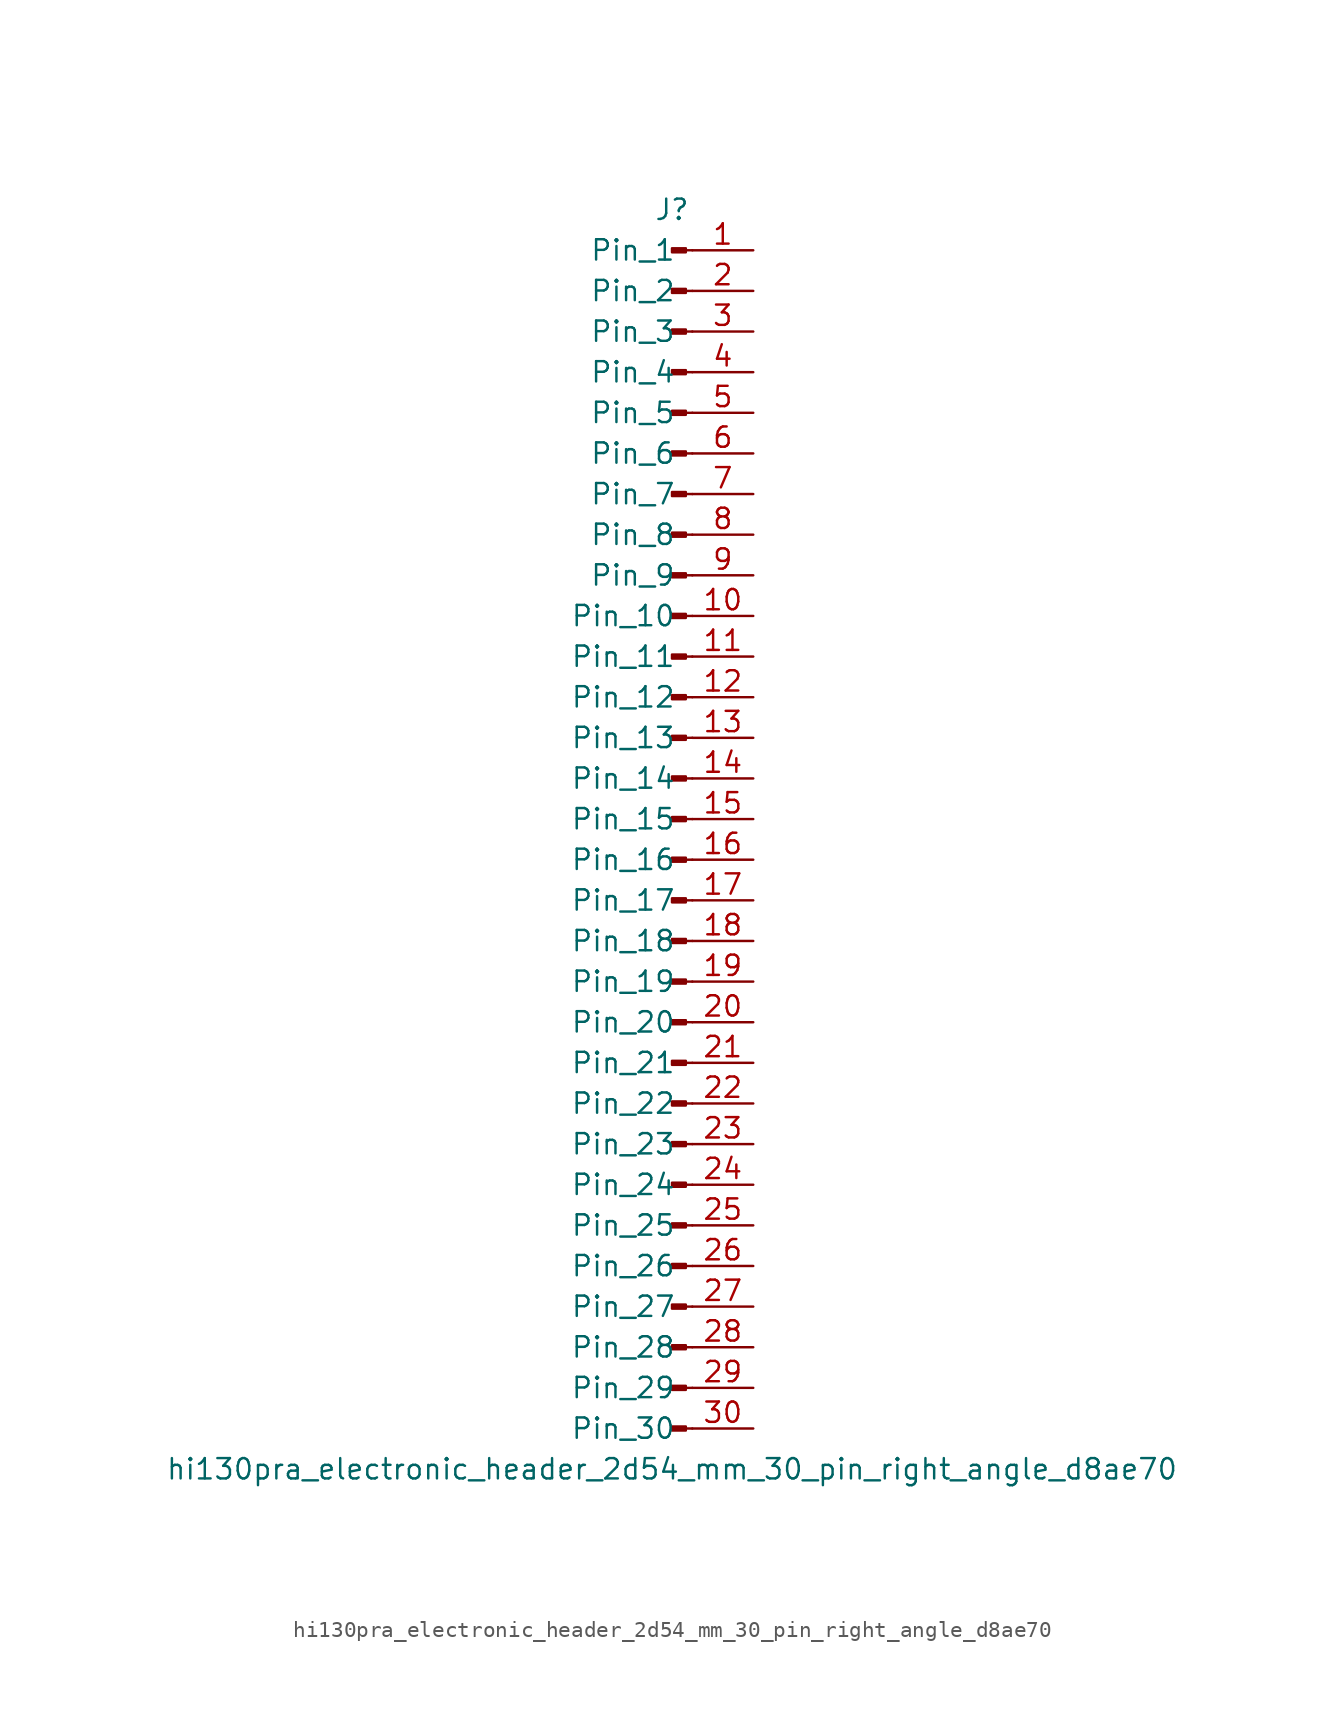
<source format=kicad_sym>
(kicad_symbol_lib
  (version 20220914)
  (generator kicad_symbol_editor)
  (symbol "hi130pra_electronic_header_2d54_mm_30_pin_right_angle_d8ae70"
    (pin_names
      (offset 1.016))
    (property "Reference" "J"
      (at 0 38.1 0)
      (effects (font (size 1.27 1.27))))
    (property "Value" "hi130pra_electronic_header_2d54_mm_30_pin_right_angle_d8ae70"
      (at 0 -40.64 0)
      (effects (font (size 1.27 1.27))))
    (property "ki_locked" ""
      (at 0 0 0)
      (effects (font (size 1.27 1.27))))
    (symbol "hi130pra_electronic_header_2d54_mm_30_pin_right_angle_d8ae70_1_1"
      (polyline (pts (xy 1.27 -38.1) (xy 0.864 -38.1)) (stroke (width 0.152) (type default)) (fill (type none)))
      (polyline (pts (xy 1.27 -35.56) (xy 0.864 -35.56)) (stroke (width 0.152) (type default)) (fill (type none)))
      (polyline (pts (xy 1.27 -33.02) (xy 0.864 -33.02)) (stroke (width 0.152) (type default)) (fill (type none)))
      (polyline (pts (xy 1.27 -30.48) (xy 0.864 -30.48)) (stroke (width 0.152) (type default)) (fill (type none)))
      (polyline (pts (xy 1.27 -27.94) (xy 0.864 -27.94)) (stroke (width 0.152) (type default)) (fill (type none)))
      (polyline (pts (xy 1.27 -25.4) (xy 0.864 -25.4)) (stroke (width 0.152) (type default)) (fill (type none)))
      (polyline (pts (xy 1.27 -22.86) (xy 0.864 -22.86)) (stroke (width 0.152) (type default)) (fill (type none)))
      (polyline (pts (xy 1.27 -20.32) (xy 0.864 -20.32)) (stroke (width 0.152) (type default)) (fill (type none)))
      (polyline (pts (xy 1.27 -17.78) (xy 0.864 -17.78)) (stroke (width 0.152) (type default)) (fill (type none)))
      (polyline (pts (xy 1.27 -15.24) (xy 0.864 -15.24)) (stroke (width 0.152) (type default)) (fill (type none)))
      (polyline (pts (xy 1.27 -12.7) (xy 0.864 -12.7)) (stroke (width 0.152) (type default)) (fill (type none)))
      (polyline (pts (xy 1.27 -10.16) (xy 0.864 -10.16)) (stroke (width 0.152) (type default)) (fill (type none)))
      (polyline (pts (xy 1.27 -7.62) (xy 0.864 -7.62)) (stroke (width 0.152) (type default)) (fill (type none)))
      (polyline (pts (xy 1.27 -5.08) (xy 0.864 -5.08)) (stroke (width 0.152) (type default)) (fill (type none)))
      (polyline (pts (xy 1.27 -2.54) (xy 0.864 -2.54)) (stroke (width 0.152) (type default)) (fill (type none)))
      (polyline (pts (xy 1.27 0) (xy 0.864 0)) (stroke (width 0.152) (type default)) (fill (type none)))
      (polyline (pts (xy 1.27 2.54) (xy 0.864 2.54)) (stroke (width 0.152) (type default)) (fill (type none)))
      (polyline (pts (xy 1.27 5.08) (xy 0.864 5.08)) (stroke (width 0.152) (type default)) (fill (type none)))
      (polyline (pts (xy 1.27 7.62) (xy 0.864 7.62)) (stroke (width 0.152) (type default)) (fill (type none)))
      (polyline (pts (xy 1.27 10.16) (xy 0.864 10.16)) (stroke (width 0.152) (type default)) (fill (type none)))
      (polyline (pts (xy 1.27 12.7) (xy 0.864 12.7)) (stroke (width 0.152) (type default)) (fill (type none)))
      (polyline (pts (xy 1.27 15.24) (xy 0.864 15.24)) (stroke (width 0.152) (type default)) (fill (type none)))
      (polyline (pts (xy 1.27 17.78) (xy 0.864 17.78)) (stroke (width 0.152) (type default)) (fill (type none)))
      (polyline (pts (xy 1.27 20.32) (xy 0.864 20.32)) (stroke (width 0.152) (type default)) (fill (type none)))
      (polyline (pts (xy 1.27 22.86) (xy 0.864 22.86)) (stroke (width 0.152) (type default)) (fill (type none)))
      (polyline (pts (xy 1.27 25.4) (xy 0.864 25.4)) (stroke (width 0.152) (type default)) (fill (type none)))
      (polyline (pts (xy 1.27 27.94) (xy 0.864 27.94)) (stroke (width 0.152) (type default)) (fill (type none)))
      (polyline (pts (xy 1.27 30.48) (xy 0.864 30.48)) (stroke (width 0.152) (type default)) (fill (type none)))
      (polyline (pts (xy 1.27 33.02) (xy 0.864 33.02)) (stroke (width 0.152) (type default)) (fill (type none)))
      (polyline (pts (xy 1.27 35.56) (xy 0.864 35.56)) (stroke (width 0.152) (type default)) (fill (type none)))
      (rectangle (start 0.864 -37.973) (end 0 -38.227) (stroke (width 0.152) (type default)) (fill (type outline)))
      (rectangle (start 0.864 -35.433) (end 0 -35.687) (stroke (width 0.152) (type default)) (fill (type outline)))
      (rectangle (start 0.864 -32.893) (end 0 -33.147) (stroke (width 0.152) (type default)) (fill (type outline)))
      (rectangle (start 0.864 -30.353) (end 0 -30.607) (stroke (width 0.152) (type default)) (fill (type outline)))
      (rectangle (start 0.864 -27.813) (end 0 -28.067) (stroke (width 0.152) (type default)) (fill (type outline)))
      (rectangle (start 0.864 -25.273) (end 0 -25.527) (stroke (width 0.152) (type default)) (fill (type outline)))
      (rectangle (start 0.864 -22.733) (end 0 -22.987) (stroke (width 0.152) (type default)) (fill (type outline)))
      (rectangle (start 0.864 -20.193) (end 0 -20.447) (stroke (width 0.152) (type default)) (fill (type outline)))
      (rectangle (start 0.864 -17.653) (end 0 -17.907) (stroke (width 0.152) (type default)) (fill (type outline)))
      (rectangle (start 0.864 -15.113) (end 0 -15.367) (stroke (width 0.152) (type default)) (fill (type outline)))
      (rectangle (start 0.864 -12.573) (end 0 -12.827) (stroke (width 0.152) (type default)) (fill (type outline)))
      (rectangle (start 0.864 -10.033) (end 0 -10.287) (stroke (width 0.152) (type default)) (fill (type outline)))
      (rectangle (start 0.864 -7.493) (end 0 -7.747) (stroke (width 0.152) (type default)) (fill (type outline)))
      (rectangle (start 0.864 -4.953) (end 0 -5.207) (stroke (width 0.152) (type default)) (fill (type outline)))
      (rectangle (start 0.864 -2.413) (end 0 -2.667) (stroke (width 0.152) (type default)) (fill (type outline)))
      (rectangle (start 0.864 0.127) (end 0 -0.127) (stroke (width 0.152) (type default)) (fill (type outline)))
      (rectangle (start 0.864 2.667) (end 0 2.413) (stroke (width 0.152) (type default)) (fill (type outline)))
      (rectangle (start 0.864 5.207) (end 0 4.953) (stroke (width 0.152) (type default)) (fill (type outline)))
      (rectangle (start 0.864 7.747) (end 0 7.493) (stroke (width 0.152) (type default)) (fill (type outline)))
      (rectangle (start 0.864 10.287) (end 0 10.033) (stroke (width 0.152) (type default)) (fill (type outline)))
      (rectangle (start 0.864 12.827) (end 0 12.573) (stroke (width 0.152) (type default)) (fill (type outline)))
      (rectangle (start 0.864 15.367) (end 0 15.113) (stroke (width 0.152) (type default)) (fill (type outline)))
      (rectangle (start 0.864 17.907) (end 0 17.653) (stroke (width 0.152) (type default)) (fill (type outline)))
      (rectangle (start 0.864 20.447) (end 0 20.193) (stroke (width 0.152) (type default)) (fill (type outline)))
      (rectangle (start 0.864 22.987) (end 0 22.733) (stroke (width 0.152) (type default)) (fill (type outline)))
      (rectangle (start 0.864 25.527) (end 0 25.273) (stroke (width 0.152) (type default)) (fill (type outline)))
      (rectangle (start 0.864 28.067) (end 0 27.813) (stroke (width 0.152) (type default)) (fill (type outline)))
      (rectangle (start 0.864 30.607) (end 0 30.353) (stroke (width 0.152) (type default)) (fill (type outline)))
      (rectangle (start 0.864 33.147) (end 0 32.893) (stroke (width 0.152) (type default)) (fill (type outline)))
      (rectangle (start 0.864 35.687) (end 0 35.433) (stroke (width 0.152) (type default)) (fill (type outline)))
      (pin passive line (at 5.08 35.56 180) (length 3.81) (name "Pin_1" (effects (font (size 1.27 1.27)))) (number "1" (effects (font (size 1.27 1.27)))))
      (pin passive line (at 5.08 12.7 180) (length 3.81) (name "Pin_10" (effects (font (size 1.27 1.27)))) (number "10" (effects (font (size 1.27 1.27)))))
      (pin passive line (at 5.08 10.16 180) (length 3.81) (name "Pin_11" (effects (font (size 1.27 1.27)))) (number "11" (effects (font (size 1.27 1.27)))))
      (pin passive line (at 5.08 7.62 180) (length 3.81) (name "Pin_12" (effects (font (size 1.27 1.27)))) (number "12" (effects (font (size 1.27 1.27)))))
      (pin passive line (at 5.08 5.08 180) (length 3.81) (name "Pin_13" (effects (font (size 1.27 1.27)))) (number "13" (effects (font (size 1.27 1.27)))))
      (pin passive line (at 5.08 2.54 180) (length 3.81) (name "Pin_14" (effects (font (size 1.27 1.27)))) (number "14" (effects (font (size 1.27 1.27)))))
      (pin passive line (at 5.08 0 180) (length 3.81) (name "Pin_15" (effects (font (size 1.27 1.27)))) (number "15" (effects (font (size 1.27 1.27)))))
      (pin passive line (at 5.08 -2.54 180) (length 3.81) (name "Pin_16" (effects (font (size 1.27 1.27)))) (number "16" (effects (font (size 1.27 1.27)))))
      (pin passive line (at 5.08 -5.08 180) (length 3.81) (name "Pin_17" (effects (font (size 1.27 1.27)))) (number "17" (effects (font (size 1.27 1.27)))))
      (pin passive line (at 5.08 -7.62 180) (length 3.81) (name "Pin_18" (effects (font (size 1.27 1.27)))) (number "18" (effects (font (size 1.27 1.27)))))
      (pin passive line (at 5.08 -10.16 180) (length 3.81) (name "Pin_19" (effects (font (size 1.27 1.27)))) (number "19" (effects (font (size 1.27 1.27)))))
      (pin passive line (at 5.08 33.02 180) (length 3.81) (name "Pin_2" (effects (font (size 1.27 1.27)))) (number "2" (effects (font (size 1.27 1.27)))))
      (pin passive line (at 5.08 -12.7 180) (length 3.81) (name "Pin_20" (effects (font (size 1.27 1.27)))) (number "20" (effects (font (size 1.27 1.27)))))
      (pin passive line (at 5.08 -15.24 180) (length 3.81) (name "Pin_21" (effects (font (size 1.27 1.27)))) (number "21" (effects (font (size 1.27 1.27)))))
      (pin passive line (at 5.08 -17.78 180) (length 3.81) (name "Pin_22" (effects (font (size 1.27 1.27)))) (number "22" (effects (font (size 1.27 1.27)))))
      (pin passive line (at 5.08 -20.32 180) (length 3.81) (name "Pin_23" (effects (font (size 1.27 1.27)))) (number "23" (effects (font (size 1.27 1.27)))))
      (pin passive line (at 5.08 -22.86 180) (length 3.81) (name "Pin_24" (effects (font (size 1.27 1.27)))) (number "24" (effects (font (size 1.27 1.27)))))
      (pin passive line (at 5.08 -25.4 180) (length 3.81) (name "Pin_25" (effects (font (size 1.27 1.27)))) (number "25" (effects (font (size 1.27 1.27)))))
      (pin passive line (at 5.08 -27.94 180) (length 3.81) (name "Pin_26" (effects (font (size 1.27 1.27)))) (number "26" (effects (font (size 1.27 1.27)))))
      (pin passive line (at 5.08 -30.48 180) (length 3.81) (name "Pin_27" (effects (font (size 1.27 1.27)))) (number "27" (effects (font (size 1.27 1.27)))))
      (pin passive line (at 5.08 -33.02 180) (length 3.81) (name "Pin_28" (effects (font (size 1.27 1.27)))) (number "28" (effects (font (size 1.27 1.27)))))
      (pin passive line (at 5.08 -35.56 180) (length 3.81) (name "Pin_29" (effects (font (size 1.27 1.27)))) (number "29" (effects (font (size 1.27 1.27)))))
      (pin passive line (at 5.08 30.48 180) (length 3.81) (name "Pin_3" (effects (font (size 1.27 1.27)))) (number "3" (effects (font (size 1.27 1.27)))))
      (pin passive line (at 5.08 -38.1 180) (length 3.81) (name "Pin_30" (effects (font (size 1.27 1.27)))) (number "30" (effects (font (size 1.27 1.27)))))
      (pin passive line (at 5.08 27.94 180) (length 3.81) (name "Pin_4" (effects (font (size 1.27 1.27)))) (number "4" (effects (font (size 1.27 1.27)))))
      (pin passive line (at 5.08 25.4 180) (length 3.81) (name "Pin_5" (effects (font (size 1.27 1.27)))) (number "5" (effects (font (size 1.27 1.27)))))
      (pin passive line (at 5.08 22.86 180) (length 3.81) (name "Pin_6" (effects (font (size 1.27 1.27)))) (number "6" (effects (font (size 1.27 1.27)))))
      (pin passive line (at 5.08 20.32 180) (length 3.81) (name "Pin_7" (effects (font (size 1.27 1.27)))) (number "7" (effects (font (size 1.27 1.27)))))
      (pin passive line (at 5.08 17.78 180) (length 3.81) (name "Pin_8" (effects (font (size 1.27 1.27)))) (number "8" (effects (font (size 1.27 1.27)))))
      (pin passive line (at 5.08 15.24 180) (length 3.81) (name "Pin_9" (effects (font (size 1.27 1.27)))) (number "9" (effects (font (size 1.27 1.27))))))))
</source>
